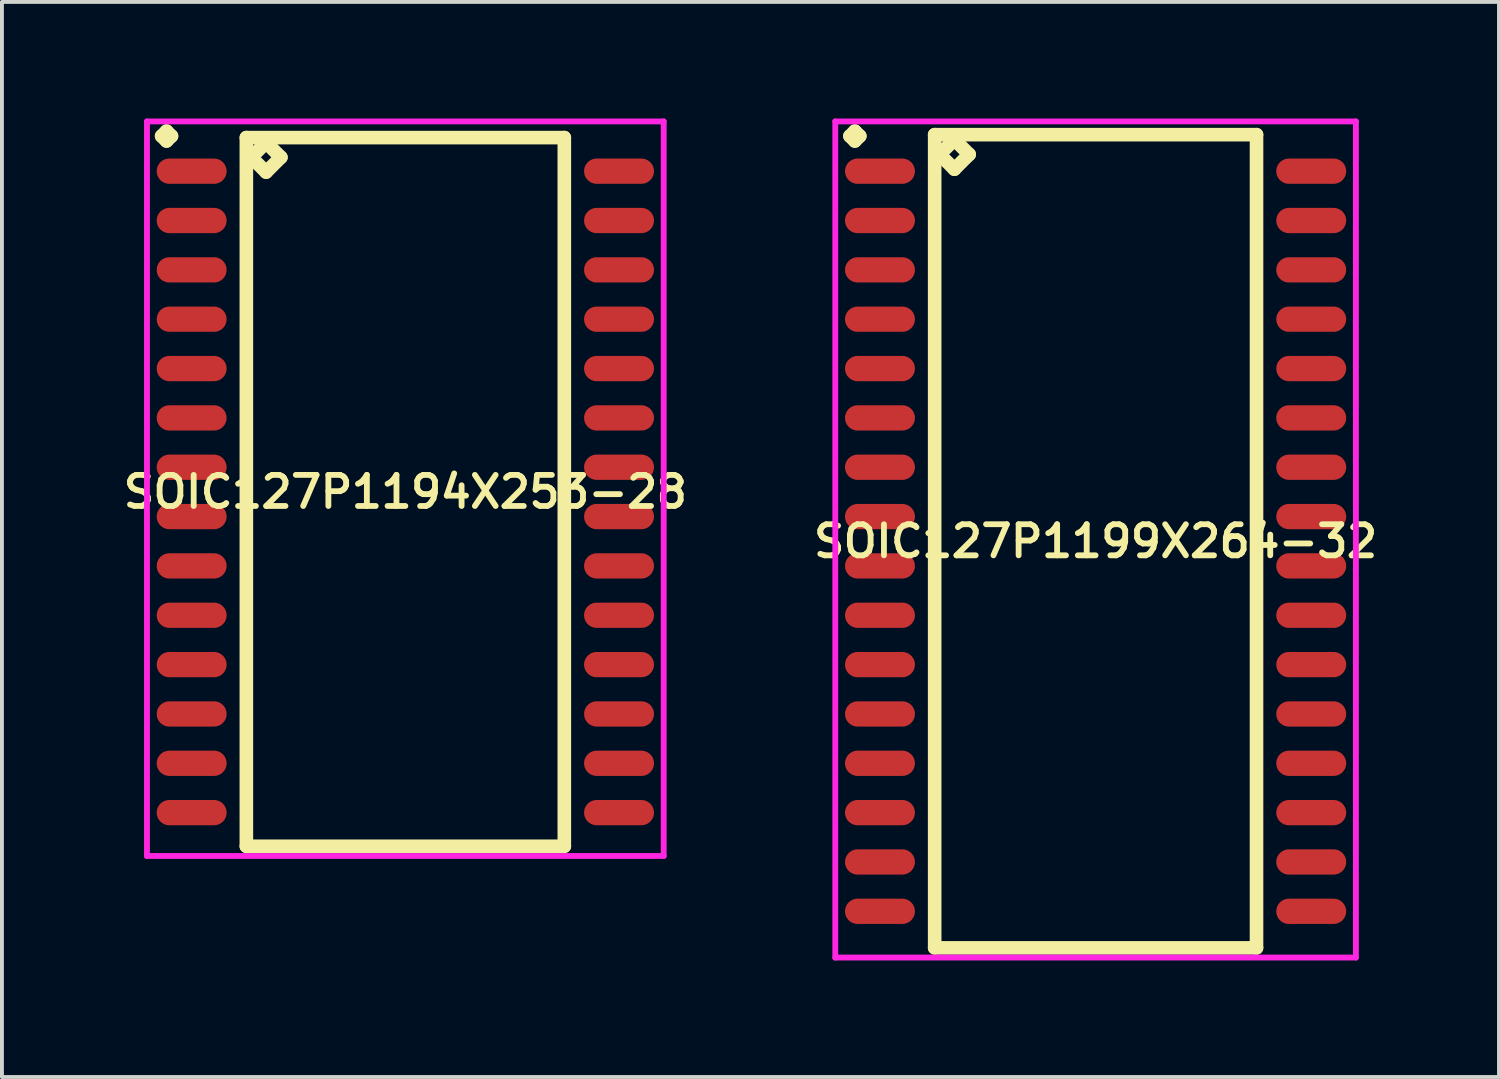
<source format=kicad_pcb>
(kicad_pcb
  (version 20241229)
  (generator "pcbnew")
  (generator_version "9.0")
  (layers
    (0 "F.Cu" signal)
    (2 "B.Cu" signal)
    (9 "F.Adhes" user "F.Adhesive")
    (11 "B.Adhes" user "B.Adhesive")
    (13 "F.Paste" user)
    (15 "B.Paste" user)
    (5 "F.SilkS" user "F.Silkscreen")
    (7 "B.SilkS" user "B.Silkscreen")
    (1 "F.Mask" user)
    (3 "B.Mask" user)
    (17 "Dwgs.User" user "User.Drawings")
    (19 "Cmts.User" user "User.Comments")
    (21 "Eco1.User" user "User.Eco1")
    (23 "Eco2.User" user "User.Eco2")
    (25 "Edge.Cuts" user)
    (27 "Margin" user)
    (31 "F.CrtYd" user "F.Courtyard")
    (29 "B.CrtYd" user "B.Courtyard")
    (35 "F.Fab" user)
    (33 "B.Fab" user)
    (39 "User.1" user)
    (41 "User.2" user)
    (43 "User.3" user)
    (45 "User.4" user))
  (footprint "SOIC127P1199X264-32"
    (layer "F.Cu")
    (at 25.149 10.881)
    (property "Reference" "SOIC127P1199X264-32" (at 0 0 0) (layer "F.SilkS") (effects (font (size 0.8 0.8) (thickness 0.15))))
    (attr through_hole)
    (fp_line (start -6.323 -10.429) (end -6.196 -10.556) (stroke (width 0.35) (type solid)) (layer "F.SilkS"))
    (fp_line (start -6.196 -10.556) (end -6.069 -10.429) (stroke (width 0.35) (type solid)) (layer "F.SilkS"))
    (fp_line (start -6.196 -10.302) (end -6.323 -10.429) (stroke (width 0.35) (type solid)) (layer "F.SilkS"))
    (fp_line (start -6.069 -10.429) (end -6.196 -10.302) (stroke (width 0.35) (type solid)) (layer "F.SilkS"))
    (fp_line (start -4.142 -10.465) (end -4.142 10.465) (stroke (width 0.35) (type solid)) (layer "F.SilkS"))
    (fp_line (start -4.142 10.465) (end 4.142 10.465) (stroke (width 0.35) (type solid)) (layer "F.SilkS"))
    (fp_line (start -4.015 -9.957) (end -3.634 -10.338) (stroke (width 0.35) (type solid)) (layer "F.SilkS"))
    (fp_line (start -3.634 -10.338) (end -3.253 -9.957) (stroke (width 0.35) (type solid)) (layer "F.SilkS"))
    (fp_line (start -3.634 -9.576) (end -4.015 -9.957) (stroke (width 0.35) (type solid)) (layer "F.SilkS"))
    (fp_line (start -3.253 -9.957) (end -3.634 -9.576) (stroke (width 0.35) (type solid)) (layer "F.SilkS"))
    (fp_line (start 4.142 -10.465) (end -4.142 -10.465) (stroke (width 0.35) (type solid)) (layer "F.SilkS"))
    (fp_line (start 4.142 10.465) (end 4.142 -10.465) (stroke (width 0.35) (type solid)) (layer "F.SilkS"))
    (fp_line (start -6.7 -10.806) (end 6.7 -10.806) (stroke (width 0.15) (type solid)) (layer "F.CrtYd"))
    (fp_line (start -6.7 10.715) (end -6.7 -10.806) (stroke (width 0.15) (type solid)) (layer "F.CrtYd"))
    (fp_line (start 6.7 -10.806) (end 6.7 10.715) (stroke (width 0.15) (type solid)) (layer "F.CrtYd"))
    (fp_line (start 6.7 10.715) (end -6.7 10.715) (stroke (width 0.15) (type solid)) (layer "F.CrtYd"))
    (pad "1" smd oval (at -5.55 -9.525) (size 1.8 0.65) (layers "F.Cu" "F.Mask" "F.Paste"))
    (pad "2" smd oval (at -5.55 -8.255) (size 1.8 0.65) (layers "F.Cu" "F.Mask" "F.Paste"))
    (pad "3" smd oval (at -5.55 -6.985) (size 1.8 0.65) (layers "F.Cu" "F.Mask" "F.Paste"))
    (pad "4" smd oval (at -5.55 -5.715) (size 1.8 0.65) (layers "F.Cu" "F.Mask" "F.Paste"))
    (pad "5" smd oval (at -5.55 -4.445) (size 1.8 0.65) (layers "F.Cu" "F.Mask" "F.Paste"))
    (pad "6" smd oval (at -5.55 -3.175) (size 1.8 0.65) (layers "F.Cu" "F.Mask" "F.Paste"))
    (pad "7" smd oval (at -5.55 -1.905) (size 1.8 0.65) (layers "F.Cu" "F.Mask" "F.Paste"))
    (pad "8" smd oval (at -5.55 -0.635) (size 1.8 0.65) (layers "F.Cu" "F.Mask" "F.Paste"))
    (pad "9" smd oval (at -5.55 0.635) (size 1.8 0.65) (layers "F.Cu" "F.Mask" "F.Paste"))
    (pad "10" smd oval (at -5.55 1.905) (size 1.8 0.65) (layers "F.Cu" "F.Mask" "F.Paste"))
    (pad "11" smd oval (at -5.55 3.175) (size 1.8 0.65) (layers "F.Cu" "F.Mask" "F.Paste"))
    (pad "12" smd oval (at -5.55 4.445) (size 1.8 0.65) (layers "F.Cu" "F.Mask" "F.Paste"))
    (pad "13" smd oval (at -5.55 5.715) (size 1.8 0.65) (layers "F.Cu" "F.Mask" "F.Paste"))
    (pad "14" smd oval (at -5.55 6.985) (size 1.8 0.65) (layers "F.Cu" "F.Mask" "F.Paste"))
    (pad "15" smd oval (at -5.55 8.255) (size 1.8 0.65) (layers "F.Cu" "F.Mask" "F.Paste"))
    (pad "16" smd oval (at -5.55 9.525) (size 1.8 0.65) (layers "F.Cu" "F.Mask" "F.Paste"))
    (pad "17" smd oval (at 5.55 9.525) (size 1.8 0.65) (layers "F.Cu" "F.Mask" "F.Paste"))
    (pad "18" smd oval (at 5.55 8.255) (size 1.8 0.65) (layers "F.Cu" "F.Mask" "F.Paste"))
    (pad "19" smd oval (at 5.55 6.985) (size 1.8 0.65) (layers "F.Cu" "F.Mask" "F.Paste"))
    (pad "20" smd oval (at 5.55 5.715) (size 1.8 0.65) (layers "F.Cu" "F.Mask" "F.Paste"))
    (pad "21" smd oval (at 5.55 4.445) (size 1.8 0.65) (layers "F.Cu" "F.Mask" "F.Paste"))
    (pad "22" smd oval (at 5.55 3.175) (size 1.8 0.65) (layers "F.Cu" "F.Mask" "F.Paste"))
    (pad "23" smd oval (at 5.55 1.905) (size 1.8 0.65) (layers "F.Cu" "F.Mask" "F.Paste"))
    (pad "24" smd oval (at 5.55 0.635) (size 1.8 0.65) (layers "F.Cu" "F.Mask" "F.Paste"))
    (pad "25" smd oval (at 5.55 -0.635) (size 1.8 0.65) (layers "F.Cu" "F.Mask" "F.Paste"))
    (pad "26" smd oval (at 5.55 -1.905) (size 1.8 0.65) (layers "F.Cu" "F.Mask" "F.Paste"))
    (pad "27" smd oval (at 5.55 -3.175) (size 1.8 0.65) (layers "F.Cu" "F.Mask" "F.Paste"))
    (pad "28" smd oval (at 5.55 -4.445) (size 1.8 0.65) (layers "F.Cu" "F.Mask" "F.Paste"))
    (pad "29" smd oval (at 5.55 -5.715) (size 1.8 0.65) (layers "F.Cu" "F.Mask" "F.Paste"))
    (pad "30" smd oval (at 5.55 -6.985) (size 1.8 0.65) (layers "F.Cu" "F.Mask" "F.Paste"))
    (pad "31" smd oval (at 5.55 -8.255) (size 1.8 0.65) (layers "F.Cu" "F.Mask" "F.Paste"))
    (pad "32" smd oval (at 5.55 -9.525) (size 1.8 0.65) (layers "F.Cu" "F.Mask" "F.Paste")))
  (footprint "SOIC127P1194X253-28"
    (layer "F.Cu")
    (at 7.383 9.611)
    (property "Reference" "SOIC127P1194X253-28" (at 0 0 0) (layer "F.SilkS") (effects (font (size 0.8 0.8) (thickness 0.15))))
    (attr smd)
    (fp_line (start -6.273 -9.159) (end -6.146 -9.286) (stroke (width 0.35) (type solid)) (layer "F.SilkS"))
    (fp_line (start -6.146 -9.286) (end -6.019 -9.159) (stroke (width 0.35) (type solid)) (layer "F.SilkS"))
    (fp_line (start -6.146 -9.032) (end -6.273 -9.159) (stroke (width 0.35) (type solid)) (layer "F.SilkS"))
    (fp_line (start -6.019 -9.159) (end -6.146 -9.032) (stroke (width 0.35) (type solid)) (layer "F.SilkS"))
    (fp_line (start -4.092 -9.12) (end -4.092 9.12) (stroke (width 0.35) (type solid)) (layer "F.SilkS"))
    (fp_line (start -4.092 9.12) (end 4.092 9.12) (stroke (width 0.35) (type solid)) (layer "F.SilkS"))
    (fp_line (start -3.965 -8.612) (end -3.584 -8.993) (stroke (width 0.35) (type solid)) (layer "F.SilkS"))
    (fp_line (start -3.584 -8.993) (end -3.203 -8.612) (stroke (width 0.35) (type solid)) (layer "F.SilkS"))
    (fp_line (start -3.584 -8.231) (end -3.965 -8.612) (stroke (width 0.35) (type solid)) (layer "F.SilkS"))
    (fp_line (start -3.203 -8.612) (end -3.584 -8.231) (stroke (width 0.35) (type solid)) (layer "F.SilkS"))
    (fp_line (start 4.092 -9.12) (end -4.092 -9.12) (stroke (width 0.35) (type solid)) (layer "F.SilkS"))
    (fp_line (start 4.092 9.12) (end 4.092 -9.12) (stroke (width 0.35) (type solid)) (layer "F.SilkS"))
    (fp_line (start -6.65 -9.536) (end 6.65 -9.536) (stroke (width 0.15) (type solid)) (layer "F.CrtYd"))
    (fp_line (start -6.65 9.37) (end -6.65 -9.536) (stroke (width 0.15) (type solid)) (layer "F.CrtYd"))
    (fp_line (start 6.65 -9.536) (end 6.65 9.37) (stroke (width 0.15) (type solid)) (layer "F.CrtYd"))
    (fp_line (start 6.65 9.37) (end -6.65 9.37) (stroke (width 0.15) (type solid)) (layer "F.CrtYd"))
    (pad "1" smd oval (at -5.5 -8.255) (size 1.8 0.65) (layers "F.Cu" "F.Mask" "F.Paste"))
    (pad "2" smd oval (at -5.5 -6.985) (size 1.8 0.65) (layers "F.Cu" "F.Mask" "F.Paste"))
    (pad "3" smd oval (at -5.5 -5.715) (size 1.8 0.65) (layers "F.Cu" "F.Mask" "F.Paste"))
    (pad "4" smd oval (at -5.5 -4.445) (size 1.8 0.65) (layers "F.Cu" "F.Mask" "F.Paste"))
    (pad "5" smd oval (at -5.5 -3.175) (size 1.8 0.65) (layers "F.Cu" "F.Mask" "F.Paste"))
    (pad "6" smd oval (at -5.5 -1.905) (size 1.8 0.65) (layers "F.Cu" "F.Mask" "F.Paste"))
    (pad "7" smd oval (at -5.5 -0.635) (size 1.8 0.65) (layers "F.Cu" "F.Mask" "F.Paste"))
    (pad "8" smd oval (at -5.5 0.635) (size 1.8 0.65) (layers "F.Cu" "F.Mask" "F.Paste"))
    (pad "9" smd oval (at -5.5 1.905) (size 1.8 0.65) (layers "F.Cu" "F.Mask" "F.Paste"))
    (pad "10" smd oval (at -5.5 3.175) (size 1.8 0.65) (layers "F.Cu" "F.Mask" "F.Paste"))
    (pad "11" smd oval (at -5.5 4.445) (size 1.8 0.65) (layers "F.Cu" "F.Mask" "F.Paste"))
    (pad "12" smd oval (at -5.5 5.715) (size 1.8 0.65) (layers "F.Cu" "F.Mask" "F.Paste"))
    (pad "13" smd oval (at -5.5 6.985) (size 1.8 0.65) (layers "F.Cu" "F.Mask" "F.Paste"))
    (pad "14" smd oval (at -5.5 8.255) (size 1.8 0.65) (layers "F.Cu" "F.Mask" "F.Paste"))
    (pad "15" smd oval (at 5.5 8.255) (size 1.8 0.65) (layers "F.Cu" "F.Mask" "F.Paste"))
    (pad "16" smd oval (at 5.5 6.985) (size 1.8 0.65) (layers "F.Cu" "F.Mask" "F.Paste"))
    (pad "17" smd oval (at 5.5 5.715) (size 1.8 0.65) (layers "F.Cu" "F.Mask" "F.Paste"))
    (pad "18" smd oval (at 5.5 4.445) (size 1.8 0.65) (layers "F.Cu" "F.Mask" "F.Paste"))
    (pad "19" smd oval (at 5.5 3.175) (size 1.8 0.65) (layers "F.Cu" "F.Mask" "F.Paste"))
    (pad "20" smd oval (at 5.5 1.905) (size 1.8 0.65) (layers "F.Cu" "F.Mask" "F.Paste"))
    (pad "21" smd oval (at 5.5 0.635) (size 1.8 0.65) (layers "F.Cu" "F.Mask" "F.Paste"))
    (pad "22" smd oval (at 5.5 -0.635) (size 1.8 0.65) (layers "F.Cu" "F.Mask" "F.Paste"))
    (pad "23" smd oval (at 5.5 -1.905) (size 1.8 0.65) (layers "F.Cu" "F.Mask" "F.Paste"))
    (pad "24" smd oval (at 5.5 -3.175) (size 1.8 0.65) (layers "F.Cu" "F.Mask" "F.Paste"))
    (pad "25" smd oval (at 5.5 -4.445) (size 1.8 0.65) (layers "F.Cu" "F.Mask" "F.Paste"))
    (pad "26" smd oval (at 5.5 -5.715) (size 1.8 0.65) (layers "F.Cu" "F.Mask" "F.Paste"))
    (pad "27" smd oval (at 5.5 -6.985) (size 1.8 0.65) (layers "F.Cu" "F.Mask" "F.Paste"))
    (pad "28" smd oval (at 5.5 -8.255) (size 1.8 0.65) (layers "F.Cu" "F.Mask" "F.Paste")))
  (gr_rect
    (start -3 -3)
    (end 35.532 24.671)
    (stroke (width 0.1) (type default))
    (fill no)
    (layer "Edge.Cuts")))
</source>
